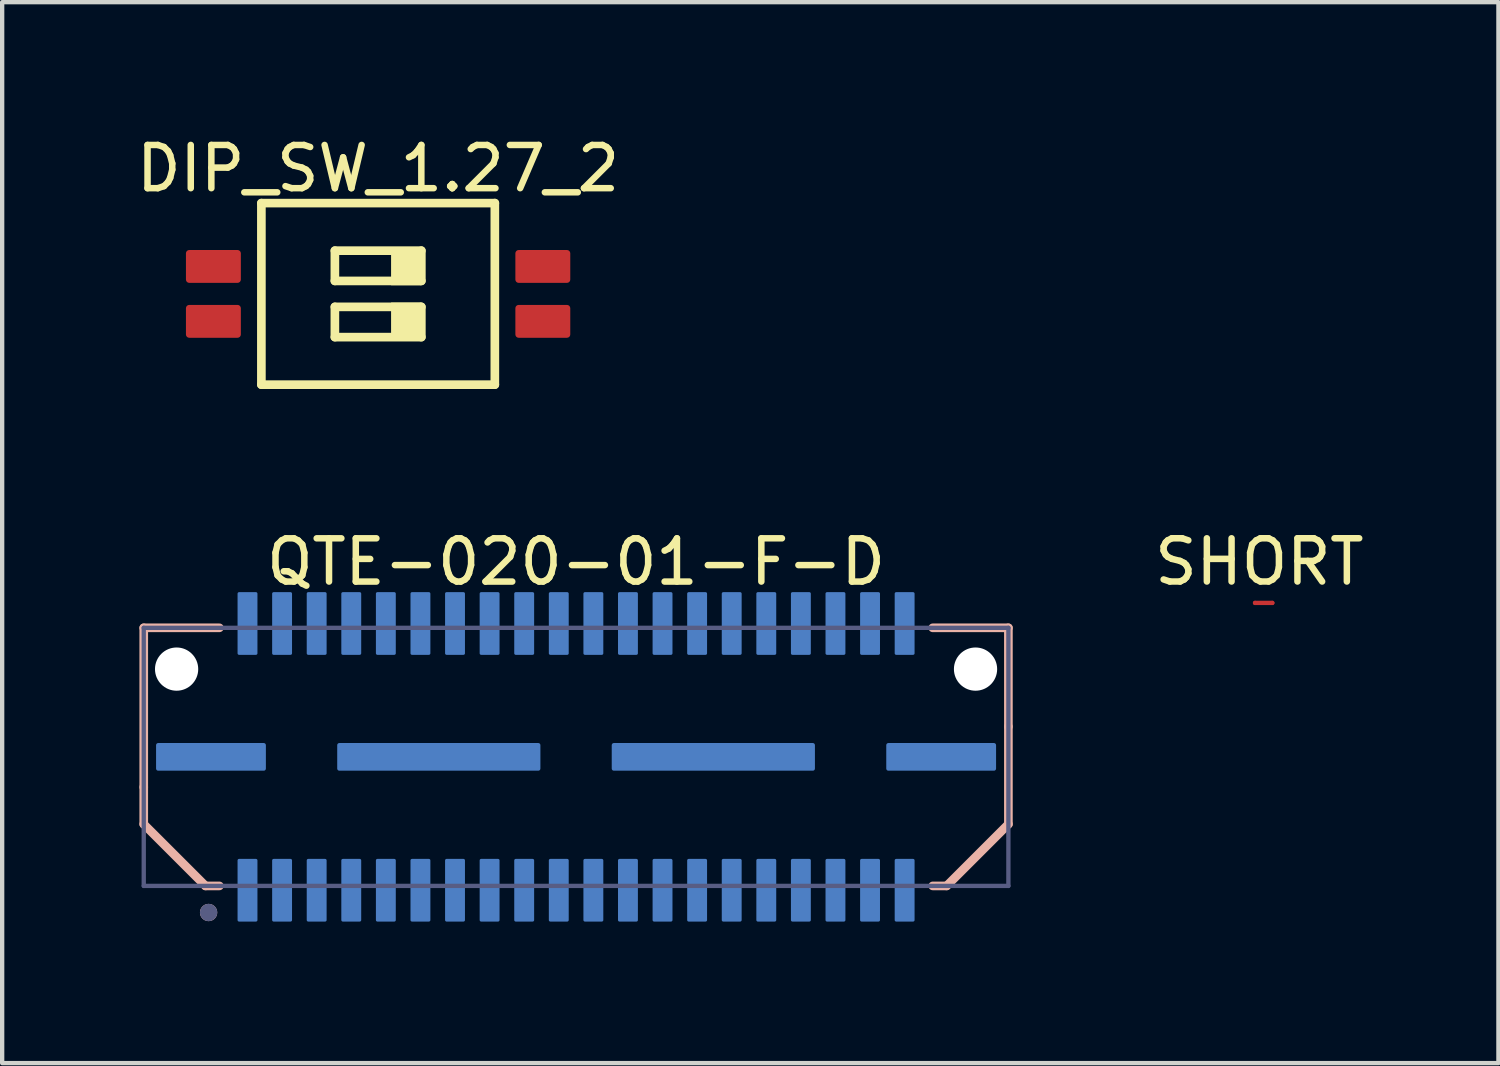
<source format=kicad_pcb>
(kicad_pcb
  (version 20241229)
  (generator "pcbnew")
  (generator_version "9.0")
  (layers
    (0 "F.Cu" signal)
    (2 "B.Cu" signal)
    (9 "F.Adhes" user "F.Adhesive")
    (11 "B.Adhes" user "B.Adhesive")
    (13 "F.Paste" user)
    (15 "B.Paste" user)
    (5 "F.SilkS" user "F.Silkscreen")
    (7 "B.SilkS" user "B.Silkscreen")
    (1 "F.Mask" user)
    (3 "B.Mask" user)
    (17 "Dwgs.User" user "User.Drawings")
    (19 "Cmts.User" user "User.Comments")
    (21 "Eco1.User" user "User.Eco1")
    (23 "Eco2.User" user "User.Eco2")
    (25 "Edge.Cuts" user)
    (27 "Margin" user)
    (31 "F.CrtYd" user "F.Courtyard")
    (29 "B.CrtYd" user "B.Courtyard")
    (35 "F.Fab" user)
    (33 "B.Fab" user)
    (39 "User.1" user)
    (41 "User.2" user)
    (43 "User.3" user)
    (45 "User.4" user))
  (footprint "QTE-020-01-F-D"
    (layer "F.Cu")
    (at 10.275 14.457)
    (property "Reference" "QTE-020-01-F-D" (at 0 -4.51 0) (layer "F.SilkS") (effects (font (size 1 1) (thickness 0.15))))
    (fp_line (start -10 -2.985) (end -8.25 -2.985) (stroke (width 0.2) (type solid)) (layer "B.SilkS"))
    (fp_line (start -10 0.7) (end -10 -2.985) (stroke (width 0.2) (type solid)) (layer "B.SilkS"))
    (fp_line (start -10 1.557) (end -10 0.7) (stroke (width 0.2) (type solid)) (layer "B.SilkS"))
    (fp_line (start -10 1.557) (end -8.572 2.985) (stroke (width 0.2) (type solid)) (layer "B.SilkS"))
    (fp_line (start -8.572 2.985) (end -8.25 2.985) (stroke (width 0.2) (type solid)) (layer "B.SilkS"))
    (fp_line (start 8.25 -2.985) (end 10 -2.985) (stroke (width 0.2) (type solid)) (layer "B.SilkS"))
    (fp_line (start 8.25 2.985) (end 8.572 2.985) (stroke (width 0.2) (type solid)) (layer "B.SilkS"))
    (fp_line (start 8.572 2.985) (end 10 1.557) (stroke (width 0.2) (type solid)) (layer "B.SilkS"))
    (fp_line (start 10 -0.7) (end 10 -2.985) (stroke (width 0.2) (type solid)) (layer "B.SilkS"))
    (fp_line (start 10 1.557) (end 10 -0.7) (stroke (width 0.2) (type solid)) (layer "B.SilkS"))
    (fp_circle (center -8.5 3.6) (end -8.5 3.5) (stroke (width 0.2) (type solid)) (fill no) (layer "B.SilkS"))
    (fp_line (start -10.25 -4.06) (end 10.25 -4.06) (stroke (width 0.05) (type solid)) (layer "Eco2.User"))
    (fp_line (start -10.25 4.06) (end -10.25 -4.06) (stroke (width 0.05) (type solid)) (layer "Eco2.User"))
    (fp_line (start -10.25 4.06) (end 10.25 4.06) (stroke (width 0.05) (type solid)) (layer "Eco2.User"))
    (fp_line (start 10.25 4.06) (end 10.25 -4.06) (stroke (width 0.05) (type solid)) (layer "Eco2.User"))
    (fp_line (start -10 -2.985) (end 10 -2.985) (stroke (width 0.1) (type solid)) (layer "B.Fab"))
    (fp_line (start -10 2.985) (end -10 -2.985) (stroke (width 0.1) (type solid)) (layer "B.Fab"))
    (fp_line (start -10 2.985) (end 10 2.985) (stroke (width 0.1) (type solid)) (layer "B.Fab"))
    (fp_line (start 10 2.985) (end 10 -2.985) (stroke (width 0.1) (type solid)) (layer "B.Fab"))
    (fp_circle (center -8.5 3.6) (end -8.5 3.5) (stroke (width 0.2) (type solid)) (fill no) (layer "B.Fab"))
    (pad "" np_thru_hole circle (at -9.24 -2.03) (size 1 1) (drill 1) (layers "*.Cu" "*.Mask"))
    (pad "" np_thru_hole circle (at 9.24 -2.03 180) (size 1 1) (drill 1) (layers "*.Cu" "*.Mask"))
    (pad "01" smd roundrect (at 7.6 -3.085 180) (size 0.46 1.45) (layers "B.Cu" "B.Mask" "B.Paste") (roundrect_rratio 0.075))
    (pad "02" smd roundrect (at 7.6 3.085 180) (size 0.46 1.45) (layers "B.Cu" "B.Mask" "B.Paste") (roundrect_rratio 0.075))
    (pad "03" smd roundrect (at 6.8 -3.085 180) (size 0.46 1.45) (layers "B.Cu" "B.Mask" "B.Paste") (roundrect_rratio 0.075))
    (pad "04" smd roundrect (at 6.8 3.085 180) (size 0.46 1.45) (layers "B.Cu" "B.Mask" "B.Paste") (roundrect_rratio 0.075))
    (pad "05" smd roundrect (at 6 -3.085 180) (size 0.46 1.45) (layers "B.Cu" "B.Mask" "B.Paste") (roundrect_rratio 0.075))
    (pad "06" smd roundrect (at 6 3.085 180) (size 0.46 1.45) (layers "B.Cu" "B.Mask" "B.Paste") (roundrect_rratio 0.075))
    (pad "07" smd roundrect (at 5.2 -3.085 180) (size 0.46 1.45) (layers "B.Cu" "B.Mask" "B.Paste") (roundrect_rratio 0.075))
    (pad "08" smd roundrect (at 5.2 3.085 180) (size 0.46 1.45) (layers "B.Cu" "B.Mask" "B.Paste") (roundrect_rratio 0.075))
    (pad "09" smd roundrect (at 4.4 -3.085 180) (size 0.46 1.45) (layers "B.Cu" "B.Mask" "B.Paste") (roundrect_rratio 0.075))
    (pad "10" smd roundrect (at 4.4 3.085 180) (size 0.46 1.45) (layers "B.Cu" "B.Mask" "B.Paste") (roundrect_rratio 0.075))
    (pad "11" smd roundrect (at 3.6 -3.085 180) (size 0.46 1.45) (layers "B.Cu" "B.Mask" "B.Paste") (roundrect_rratio 0.075))
    (pad "12" smd roundrect (at 3.6 3.085 180) (size 0.46 1.45) (layers "B.Cu" "B.Mask" "B.Paste") (roundrect_rratio 0.075))
    (pad "13" smd roundrect (at 2.8 -3.085 180) (size 0.46 1.45) (layers "B.Cu" "B.Mask" "B.Paste") (roundrect_rratio 0.075))
    (pad "14" smd roundrect (at 2.8 3.085 180) (size 0.46 1.45) (layers "B.Cu" "B.Mask" "B.Paste") (roundrect_rratio 0.075))
    (pad "15" smd roundrect (at 2 -3.085 180) (size 0.46 1.45) (layers "B.Cu" "B.Mask" "B.Paste") (roundrect_rratio 0.075))
    (pad "16" smd roundrect (at 2 3.085 180) (size 0.46 1.45) (layers "B.Cu" "B.Mask" "B.Paste") (roundrect_rratio 0.075))
    (pad "17" smd roundrect (at 1.2 -3.085 180) (size 0.46 1.45) (layers "B.Cu" "B.Mask" "B.Paste") (roundrect_rratio 0.075))
    (pad "18" smd roundrect (at 1.2 3.085 180) (size 0.46 1.45) (layers "B.Cu" "B.Mask" "B.Paste") (roundrect_rratio 0.075))
    (pad "19" smd roundrect (at 0.4 -3.085 180) (size 0.46 1.45) (layers "B.Cu" "B.Mask" "B.Paste") (roundrect_rratio 0.075))
    (pad "20" smd roundrect (at 0.4 3.085 180) (size 0.46 1.45) (layers "B.Cu" "B.Mask" "B.Paste") (roundrect_rratio 0.075))
    (pad "21" smd roundrect (at -0.4 -3.085 180) (size 0.46 1.45) (layers "B.Cu" "B.Mask" "B.Paste") (roundrect_rratio 0.075))
    (pad "22" smd roundrect (at -0.4 3.085 180) (size 0.46 1.45) (layers "B.Cu" "B.Mask" "B.Paste") (roundrect_rratio 0.075))
    (pad "23" smd roundrect (at -1.2 -3.085 180) (size 0.46 1.45) (layers "B.Cu" "B.Mask" "B.Paste") (roundrect_rratio 0.075))
    (pad "24" smd roundrect (at -1.2 3.085 180) (size 0.46 1.45) (layers "B.Cu" "B.Mask" "B.Paste") (roundrect_rratio 0.075))
    (pad "25" smd roundrect (at -2 -3.085 180) (size 0.46 1.45) (layers "B.Cu" "B.Mask" "B.Paste") (roundrect_rratio 0.075))
    (pad "26" smd roundrect (at -2 3.085 180) (size 0.46 1.45) (layers "B.Cu" "B.Mask" "B.Paste") (roundrect_rratio 0.075))
    (pad "27" smd roundrect (at -2.8 -3.085 180) (size 0.46 1.45) (layers "B.Cu" "B.Mask" "B.Paste") (roundrect_rratio 0.075))
    (pad "28" smd roundrect (at -2.8 3.085 180) (size 0.46 1.45) (layers "B.Cu" "B.Mask" "B.Paste") (roundrect_rratio 0.075))
    (pad "29" smd roundrect (at -3.6 -3.085 180) (size 0.46 1.45) (layers "B.Cu" "B.Mask" "B.Paste") (roundrect_rratio 0.075))
    (pad "30" smd roundrect (at -3.6 3.085 180) (size 0.46 1.45) (layers "B.Cu" "B.Mask" "B.Paste") (roundrect_rratio 0.075))
    (pad "31" smd roundrect (at -4.4 -3.085 180) (size 0.46 1.45) (layers "B.Cu" "B.Mask" "B.Paste") (roundrect_rratio 0.075))
    (pad "32" smd roundrect (at -4.4 3.085 180) (size 0.46 1.45) (layers "B.Cu" "B.Mask" "B.Paste") (roundrect_rratio 0.075))
    (pad "33" smd roundrect (at -5.2 -3.085 180) (size 0.46 1.45) (layers "B.Cu" "B.Mask" "B.Paste") (roundrect_rratio 0.075))
    (pad "34" smd roundrect (at -5.2 3.085 180) (size 0.46 1.45) (layers "B.Cu" "B.Mask" "B.Paste") (roundrect_rratio 0.075))
    (pad "35" smd roundrect (at -6 -3.085 180) (size 0.46 1.45) (layers "B.Cu" "B.Mask" "B.Paste") (roundrect_rratio 0.075))
    (pad "36" smd roundrect (at -6 3.085 180) (size 0.46 1.45) (layers "B.Cu" "B.Mask" "B.Paste") (roundrect_rratio 0.075))
    (pad "37" smd roundrect (at -6.8 -3.085 180) (size 0.46 1.45) (layers "B.Cu" "B.Mask" "B.Paste") (roundrect_rratio 0.075))
    (pad "38" smd roundrect (at -6.8 3.085 180) (size 0.46 1.45) (layers "B.Cu" "B.Mask" "B.Paste") (roundrect_rratio 0.075))
    (pad "39" smd roundrect (at -7.6 -3.085 180) (size 0.46 1.45) (layers "B.Cu" "B.Mask" "B.Paste") (roundrect_rratio 0.075))
    (pad "40" smd roundrect (at -7.6 3.085 180) (size 0.46 1.45) (layers "B.Cu" "B.Mask" "B.Paste") (roundrect_rratio 0.075))
    (pad "G1" smd roundrect (at -8.445 0) (size 2.54 0.64) (layers "B.Cu" "B.Mask" "B.Paste") (roundrect_rratio 0.075))
    (pad "G2" smd roundrect (at -3.175 0) (size 4.7 0.64) (layers "B.Cu" "B.Mask" "B.Paste") (roundrect_rratio 0.075))
    (pad "G3" smd roundrect (at 3.175 0) (size 4.7 0.64) (layers "B.Cu" "B.Mask" "B.Paste") (roundrect_rratio 0.075))
    (pad "G4" smd roundrect (at 8.445 0) (size 2.54 0.64) (layers "B.Cu" "B.Mask" "B.Paste") (roundrect_rratio 0.075)))
  (footprint "DIP_SW_1.27_2"
    (layer "F.Cu")
    (at 5.696 3.748)
    (property "Reference" "DIP_SW_1.27_2" (at 0 -2.9 0) (layer "F.SilkS") (effects (font (size 1 1) (thickness 0.15))))
    (fp_line (start -2.7 -2.1) (end 2.7 -2.1) (stroke (width 0.2) (type solid)) (layer "F.SilkS"))
    (fp_line (start -2.7 2.1) (end -2.7 -2.1) (stroke (width 0.2) (type solid)) (layer "F.SilkS"))
    (fp_line (start -2.7 2.1) (end 2.7 2.1) (stroke (width 0.2) (type solid)) (layer "F.SilkS"))
    (fp_line (start -1 -1) (end 1 -1) (stroke (width 0.2) (type solid)) (layer "F.SilkS"))
    (fp_line (start -1 -0.3) (end -1 -1) (stroke (width 0.2) (type solid)) (layer "F.SilkS"))
    (fp_line (start -1 -0.3) (end 1 -0.3) (stroke (width 0.2) (type solid)) (layer "F.SilkS"))
    (fp_line (start -1 0.3) (end 1 0.3) (stroke (width 0.2) (type solid)) (layer "F.SilkS"))
    (fp_line (start -1 1) (end -1 0.3) (stroke (width 0.2) (type solid)) (layer "F.SilkS"))
    (fp_line (start -1 1) (end 1 1) (stroke (width 0.2) (type solid)) (layer "F.SilkS"))
    (fp_line (start 1 -0.3) (end 1 -1) (stroke (width 0.2) (type solid)) (layer "F.SilkS"))
    (fp_line (start 1 1) (end 1 0.3) (stroke (width 0.2) (type solid)) (layer "F.SilkS"))
    (fp_line (start 2.7 2.1) (end 2.7 -2.1) (stroke (width 0.2) (type solid)) (layer "F.SilkS"))
    (fp_rect (start 0.3 -0.2) (end 1 -1) (stroke (width 0) (type default)) (fill yes) (layer "F.SilkS"))
    (fp_rect (start 0.3 1) (end 1 0.2) (stroke (width 0) (type default)) (fill yes) (layer "F.SilkS"))
    (fp_line (start -4.7 -2.3) (end 4.7 -2.3) (stroke (width 0.1) (type solid)) (layer "Eco2.User"))
    (fp_line (start -4.7 2.3) (end -4.7 -2.3) (stroke (width 0.1) (type solid)) (layer "Eco2.User"))
    (fp_line (start -4.7 2.3) (end -3.5 2.3) (stroke (width 0.1) (type solid)) (layer "Eco2.User"))
    (fp_line (start -3.5 2.3) (end 4.7 2.3) (stroke (width 0.1) (type solid)) (layer "Eco2.User"))
    (fp_line (start 4.7 2.3) (end 4.7 -2.3) (stroke (width 0.1) (type solid)) (layer "Eco2.User"))
    (fp_circle (center 0 0) (end 0 -0.141) (stroke (width 0.3) (type solid)) (fill no) (layer "Eco2.User"))
    (fp_text_box "" (start 1.712 -1.8) (end 1.712 -1.8) (margins 0.522 0.522 0.522 0.522) (angle 270) (layer "F.Cu") (effects (font (face "Arial") (size 0.63 0.63) (thickness 0.254) (bold yes)) (justify left bottom)) (border yes) (stroke (width 0.1) (type default)))
    (pad "1" smd roundrect (at -3.81 -0.635 90) (size 0.76 1.27) (layers "F.Cu" "F.Mask" "F.Paste") (roundrect_rratio 0.1))
    (pad "2" smd roundrect (at -3.81 0.635 90) (size 0.76 1.27) (layers "F.Cu" "F.Mask" "F.Paste") (roundrect_rratio 0.1))
    (pad "3" smd roundrect (at 3.81 0.635 90) (size 0.76 1.27) (layers "F.Cu" "F.Mask" "F.Paste") (roundrect_rratio 0.1))
    (pad "4" smd roundrect (at 3.81 -0.635 90) (size 0.76 1.27) (layers "F.Cu" "F.Mask" "F.Paste") (roundrect_rratio 0.1)))
  (footprint "SHORT"
    (layer "F.Cu")
    (at 25.98 10.896)
    (property "Reference" "SHORT" (at 0.1 -0.95 0) (layer "F.SilkS") (effects (font (size 1 1) (thickness 0.15))))
    (fp_line (start 0 0) (end 0.4 0) (stroke (width 0.1) (type solid)) (layer "F.Cu"))
    (pad "1" smd circle (at 0 0) (size 0.1 0.1) (layers "F.Cu" "F.Paste"))
    (pad "2" smd circle (at 0.4 0) (size 0.1 0.1) (layers "F.Cu" "F.Paste")))
  (gr_rect
    (start -3 -3)
    (end 31.61 21.541)
    (stroke (width 0.1) (type default))
    (fill no)
    (layer "Edge.Cuts")))
</source>
